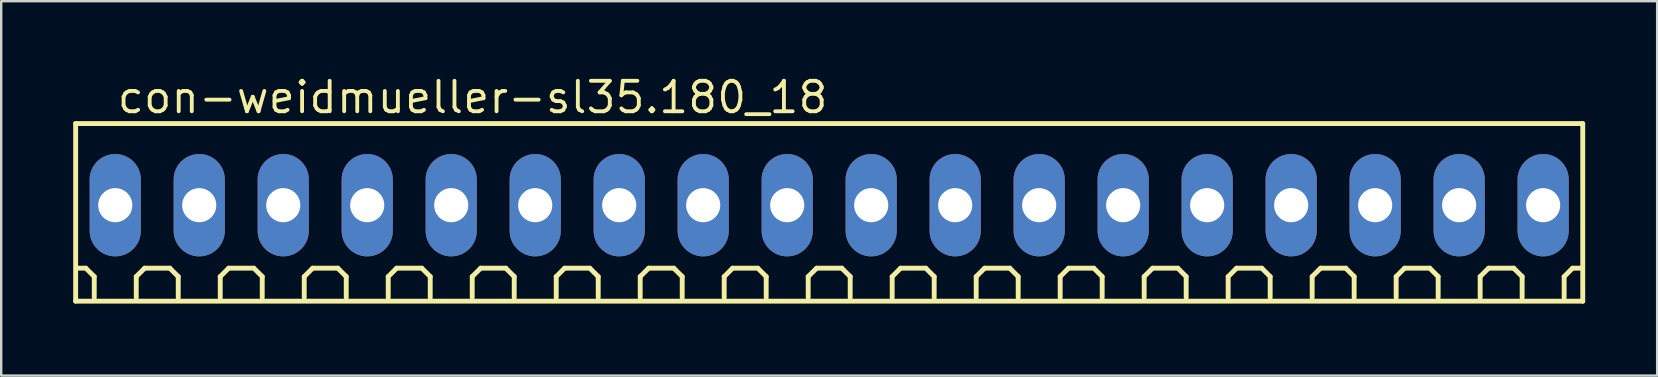
<source format=kicad_pcb>
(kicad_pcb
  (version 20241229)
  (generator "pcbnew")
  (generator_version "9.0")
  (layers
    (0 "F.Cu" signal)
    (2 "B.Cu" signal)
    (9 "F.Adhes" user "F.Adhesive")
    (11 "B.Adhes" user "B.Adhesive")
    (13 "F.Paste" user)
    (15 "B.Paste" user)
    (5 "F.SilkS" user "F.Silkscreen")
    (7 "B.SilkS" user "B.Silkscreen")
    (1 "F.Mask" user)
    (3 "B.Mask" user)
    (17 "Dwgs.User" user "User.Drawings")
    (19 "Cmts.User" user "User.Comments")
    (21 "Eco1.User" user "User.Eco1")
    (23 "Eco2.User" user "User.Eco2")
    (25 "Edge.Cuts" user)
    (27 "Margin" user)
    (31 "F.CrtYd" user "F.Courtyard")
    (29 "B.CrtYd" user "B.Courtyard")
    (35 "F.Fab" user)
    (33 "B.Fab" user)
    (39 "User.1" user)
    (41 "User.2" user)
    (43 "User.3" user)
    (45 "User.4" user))
  (footprint "con-weidmueller-sl35.180_18"
    (layer "F.Cu")
    (at 31.502 5.5)
    (property "Reference" "con-weidmueller-sl35.180_18" (at -29.75 -3.75 0) (layer "F.SilkS") (effects (font (size 1.27 1.27) (thickness 0.16)) (justify left bottom)))
    (attr through_hole)
    (fp_line (start -31.4 -3.4) (end 31.4 -3.4) (stroke (width 0.203) (type default)) (layer "F.SilkS"))
    (fp_line (start -31.4 4) (end -31.4 -3.4) (stroke (width 0.203) (type default)) (layer "F.SilkS"))
    (fp_line (start -30.975 2.625) (end -31.325 2.625) (stroke (width 0.203) (type default)) (layer "F.SilkS"))
    (fp_line (start -30.625 2.975) (end -30.975 2.625) (stroke (width 0.203) (type default)) (layer "F.SilkS"))
    (fp_line (start -30.625 3.85) (end -30.625 2.975) (stroke (width 0.203) (type default)) (layer "F.SilkS"))
    (fp_line (start -28.875 2.975) (end -28.525 2.625) (stroke (width 0.203) (type default)) (layer "F.SilkS"))
    (fp_line (start -28.875 3.85) (end -28.875 2.975) (stroke (width 0.203) (type default)) (layer "F.SilkS"))
    (fp_line (start -28.525 2.625) (end -27.475 2.625) (stroke (width 0.203) (type default)) (layer "F.SilkS"))
    (fp_line (start -27.475 2.625) (end -27.125 2.975) (stroke (width 0.203) (type default)) (layer "F.SilkS"))
    (fp_line (start -27.125 2.975) (end -27.125 3.85) (stroke (width 0.203) (type default)) (layer "F.SilkS"))
    (fp_line (start -25.375 2.975) (end -25.025 2.625) (stroke (width 0.203) (type default)) (layer "F.SilkS"))
    (fp_line (start -25.375 3.85) (end -25.375 2.975) (stroke (width 0.203) (type default)) (layer "F.SilkS"))
    (fp_line (start -25.025 2.625) (end -23.975 2.625) (stroke (width 0.203) (type default)) (layer "F.SilkS"))
    (fp_line (start -23.975 2.625) (end -23.625 2.975) (stroke (width 0.203) (type default)) (layer "F.SilkS"))
    (fp_line (start -23.625 2.975) (end -23.625 3.85) (stroke (width 0.203) (type default)) (layer "F.SilkS"))
    (fp_line (start -21.875 2.975) (end -21.525 2.625) (stroke (width 0.203) (type default)) (layer "F.SilkS"))
    (fp_line (start -21.875 3.85) (end -21.875 2.975) (stroke (width 0.203) (type default)) (layer "F.SilkS"))
    (fp_line (start -21.525 2.625) (end -20.475 2.625) (stroke (width 0.203) (type default)) (layer "F.SilkS"))
    (fp_line (start -20.475 2.625) (end -20.125 2.975) (stroke (width 0.203) (type default)) (layer "F.SilkS"))
    (fp_line (start -20.125 2.975) (end -20.125 3.85) (stroke (width 0.203) (type default)) (layer "F.SilkS"))
    (fp_line (start -18.375 2.975) (end -18.025 2.625) (stroke (width 0.203) (type default)) (layer "F.SilkS"))
    (fp_line (start -18.375 3.85) (end -18.375 2.975) (stroke (width 0.203) (type default)) (layer "F.SilkS"))
    (fp_line (start -18.025 2.625) (end -16.975 2.625) (stroke (width 0.203) (type default)) (layer "F.SilkS"))
    (fp_line (start -16.975 2.625) (end -16.625 2.975) (stroke (width 0.203) (type default)) (layer "F.SilkS"))
    (fp_line (start -16.625 2.975) (end -16.625 3.85) (stroke (width 0.203) (type default)) (layer "F.SilkS"))
    (fp_line (start -14.875 2.975) (end -14.525 2.625) (stroke (width 0.203) (type default)) (layer "F.SilkS"))
    (fp_line (start -14.875 3.85) (end -14.875 2.975) (stroke (width 0.203) (type default)) (layer "F.SilkS"))
    (fp_line (start -14.525 2.625) (end -13.475 2.625) (stroke (width 0.203) (type default)) (layer "F.SilkS"))
    (fp_line (start -13.475 2.625) (end -13.125 2.975) (stroke (width 0.203) (type default)) (layer "F.SilkS"))
    (fp_line (start -13.125 2.975) (end -13.125 3.85) (stroke (width 0.203) (type default)) (layer "F.SilkS"))
    (fp_line (start -11.375 2.975) (end -11.025 2.625) (stroke (width 0.203) (type default)) (layer "F.SilkS"))
    (fp_line (start -11.375 3.85) (end -11.375 2.975) (stroke (width 0.203) (type default)) (layer "F.SilkS"))
    (fp_line (start -11.025 2.625) (end -9.975 2.625) (stroke (width 0.203) (type default)) (layer "F.SilkS"))
    (fp_line (start -9.975 2.625) (end -9.625 2.975) (stroke (width 0.203) (type default)) (layer "F.SilkS"))
    (fp_line (start -9.625 2.975) (end -9.625 3.85) (stroke (width 0.203) (type default)) (layer "F.SilkS"))
    (fp_line (start -7.875 2.975) (end -7.525 2.625) (stroke (width 0.203) (type default)) (layer "F.SilkS"))
    (fp_line (start -7.875 3.85) (end -7.875 2.975) (stroke (width 0.203) (type default)) (layer "F.SilkS"))
    (fp_line (start -7.525 2.625) (end -6.475 2.625) (stroke (width 0.203) (type default)) (layer "F.SilkS"))
    (fp_line (start -6.475 2.625) (end -6.125 2.975) (stroke (width 0.203) (type default)) (layer "F.SilkS"))
    (fp_line (start -6.125 2.975) (end -6.125 3.85) (stroke (width 0.203) (type default)) (layer "F.SilkS"))
    (fp_line (start -4.375 2.975) (end -4.025 2.625) (stroke (width 0.203) (type default)) (layer "F.SilkS"))
    (fp_line (start -4.375 3.85) (end -4.375 2.975) (stroke (width 0.203) (type default)) (layer "F.SilkS"))
    (fp_line (start -4.025 2.625) (end -2.975 2.625) (stroke (width 0.203) (type default)) (layer "F.SilkS"))
    (fp_line (start -2.975 2.625) (end -2.625 2.975) (stroke (width 0.203) (type default)) (layer "F.SilkS"))
    (fp_line (start -2.625 2.975) (end -2.625 3.85) (stroke (width 0.203) (type default)) (layer "F.SilkS"))
    (fp_line (start -0.875 2.975) (end -0.525 2.625) (stroke (width 0.203) (type default)) (layer "F.SilkS"))
    (fp_line (start -0.875 3.85) (end -0.875 2.975) (stroke (width 0.203) (type default)) (layer "F.SilkS"))
    (fp_line (start -0.525 2.625) (end 0.525 2.625) (stroke (width 0.203) (type default)) (layer "F.SilkS"))
    (fp_line (start 0.525 2.625) (end 0.875 2.975) (stroke (width 0.203) (type default)) (layer "F.SilkS"))
    (fp_line (start 0.875 2.975) (end 0.875 3.85) (stroke (width 0.203) (type default)) (layer "F.SilkS"))
    (fp_line (start 2.625 2.975) (end 2.975 2.625) (stroke (width 0.203) (type default)) (layer "F.SilkS"))
    (fp_line (start 2.625 3.85) (end 2.625 2.975) (stroke (width 0.203) (type default)) (layer "F.SilkS"))
    (fp_line (start 2.975 2.625) (end 4.025 2.625) (stroke (width 0.203) (type default)) (layer "F.SilkS"))
    (fp_line (start 4.025 2.625) (end 4.375 2.975) (stroke (width 0.203) (type default)) (layer "F.SilkS"))
    (fp_line (start 4.375 2.975) (end 4.375 3.85) (stroke (width 0.203) (type default)) (layer "F.SilkS"))
    (fp_line (start 6.125 2.975) (end 6.475 2.625) (stroke (width 0.203) (type default)) (layer "F.SilkS"))
    (fp_line (start 6.125 3.85) (end 6.125 2.975) (stroke (width 0.203) (type default)) (layer "F.SilkS"))
    (fp_line (start 6.475 2.625) (end 7.525 2.625) (stroke (width 0.203) (type default)) (layer "F.SilkS"))
    (fp_line (start 7.525 2.625) (end 7.875 2.975) (stroke (width 0.203) (type default)) (layer "F.SilkS"))
    (fp_line (start 7.875 2.975) (end 7.875 3.85) (stroke (width 0.203) (type default)) (layer "F.SilkS"))
    (fp_line (start 9.625 2.975) (end 9.975 2.625) (stroke (width 0.203) (type default)) (layer "F.SilkS"))
    (fp_line (start 9.625 3.85) (end 9.625 2.975) (stroke (width 0.203) (type default)) (layer "F.SilkS"))
    (fp_line (start 9.975 2.625) (end 11.025 2.625) (stroke (width 0.203) (type default)) (layer "F.SilkS"))
    (fp_line (start 11.025 2.625) (end 11.375 2.975) (stroke (width 0.203) (type default)) (layer "F.SilkS"))
    (fp_line (start 11.375 2.975) (end 11.375 3.85) (stroke (width 0.203) (type default)) (layer "F.SilkS"))
    (fp_line (start 13.125 2.975) (end 13.475 2.625) (stroke (width 0.203) (type default)) (layer "F.SilkS"))
    (fp_line (start 13.125 3.85) (end 13.125 2.975) (stroke (width 0.203) (type default)) (layer "F.SilkS"))
    (fp_line (start 13.475 2.625) (end 14.525 2.625) (stroke (width 0.203) (type default)) (layer "F.SilkS"))
    (fp_line (start 14.525 2.625) (end 14.875 2.975) (stroke (width 0.203) (type default)) (layer "F.SilkS"))
    (fp_line (start 14.875 2.975) (end 14.875 3.85) (stroke (width 0.203) (type default)) (layer "F.SilkS"))
    (fp_line (start 16.625 2.975) (end 16.975 2.625) (stroke (width 0.203) (type default)) (layer "F.SilkS"))
    (fp_line (start 16.625 3.85) (end 16.625 2.975) (stroke (width 0.203) (type default)) (layer "F.SilkS"))
    (fp_line (start 16.975 2.625) (end 18.025 2.625) (stroke (width 0.203) (type default)) (layer "F.SilkS"))
    (fp_line (start 18.025 2.625) (end 18.375 2.975) (stroke (width 0.203) (type default)) (layer "F.SilkS"))
    (fp_line (start 18.375 2.975) (end 18.375 3.85) (stroke (width 0.203) (type default)) (layer "F.SilkS"))
    (fp_line (start 20.125 2.975) (end 20.475 2.625) (stroke (width 0.203) (type default)) (layer "F.SilkS"))
    (fp_line (start 20.125 3.85) (end 20.125 2.975) (stroke (width 0.203) (type default)) (layer "F.SilkS"))
    (fp_line (start 20.475 2.625) (end 21.525 2.625) (stroke (width 0.203) (type default)) (layer "F.SilkS"))
    (fp_line (start 21.525 2.625) (end 21.875 2.975) (stroke (width 0.203) (type default)) (layer "F.SilkS"))
    (fp_line (start 21.875 2.975) (end 21.875 3.85) (stroke (width 0.203) (type default)) (layer "F.SilkS"))
    (fp_line (start 23.625 2.975) (end 23.975 2.625) (stroke (width 0.203) (type default)) (layer "F.SilkS"))
    (fp_line (start 23.625 3.85) (end 23.625 2.975) (stroke (width 0.203) (type default)) (layer "F.SilkS"))
    (fp_line (start 23.975 2.625) (end 25.025 2.625) (stroke (width 0.203) (type default)) (layer "F.SilkS"))
    (fp_line (start 25.025 2.625) (end 25.375 2.975) (stroke (width 0.203) (type default)) (layer "F.SilkS"))
    (fp_line (start 25.375 2.975) (end 25.375 3.85) (stroke (width 0.203) (type default)) (layer "F.SilkS"))
    (fp_line (start 27.125 2.975) (end 27.475 2.625) (stroke (width 0.203) (type default)) (layer "F.SilkS"))
    (fp_line (start 27.125 3.85) (end 27.125 2.975) (stroke (width 0.203) (type default)) (layer "F.SilkS"))
    (fp_line (start 27.475 2.625) (end 28.525 2.625) (stroke (width 0.203) (type default)) (layer "F.SilkS"))
    (fp_line (start 28.525 2.625) (end 28.875 2.975) (stroke (width 0.203) (type default)) (layer "F.SilkS"))
    (fp_line (start 28.875 2.975) (end 28.875 3.85) (stroke (width 0.203) (type default)) (layer "F.SilkS"))
    (fp_line (start 30.625 2.975) (end 30.975 2.625) (stroke (width 0.203) (type default)) (layer "F.SilkS"))
    (fp_line (start 30.625 3.85) (end 30.625 2.975) (stroke (width 0.203) (type default)) (layer "F.SilkS"))
    (fp_line (start 30.975 2.625) (end 31.325 2.625) (stroke (width 0.203) (type default)) (layer "F.SilkS"))
    (fp_line (start 31.4 -3.4) (end 31.4 4) (stroke (width 0.203) (type default)) (layer "F.SilkS"))
    (fp_line (start 31.4 4) (end -31.4 4) (stroke (width 0.203) (type default)) (layer "F.SilkS"))
    (pad "1" thru_hole oval (at -29.75 0 90) (size 4.267 2.134) (drill 1.422) (layers "*.Cu" "*.Mask"))
    (pad "2" thru_hole oval (at -26.25 0 90) (size 4.267 2.134) (drill 1.422) (layers "*.Cu" "*.Mask"))
    (pad "3" thru_hole oval (at -22.75 0 90) (size 4.267 2.134) (drill 1.422) (layers "*.Cu" "*.Mask"))
    (pad "4" thru_hole oval (at -19.25 0 90) (size 4.267 2.134) (drill 1.422) (layers "*.Cu" "*.Mask"))
    (pad "5" thru_hole oval (at -15.75 0 90) (size 4.267 2.134) (drill 1.422) (layers "*.Cu" "*.Mask"))
    (pad "6" thru_hole oval (at -12.25 0 90) (size 4.267 2.134) (drill 1.422) (layers "*.Cu" "*.Mask"))
    (pad "7" thru_hole oval (at -8.75 0 90) (size 4.267 2.134) (drill 1.422) (layers "*.Cu" "*.Mask"))
    (pad "8" thru_hole oval (at -5.25 0 90) (size 4.267 2.134) (drill 1.422) (layers "*.Cu" "*.Mask"))
    (pad "9" thru_hole oval (at -1.75 0 90) (size 4.267 2.134) (drill 1.422) (layers "*.Cu" "*.Mask"))
    (pad "10" thru_hole oval (at 1.75 0 90) (size 4.267 2.134) (drill 1.422) (layers "*.Cu" "*.Mask"))
    (pad "11" thru_hole oval (at 5.25 0 90) (size 4.267 2.134) (drill 1.422) (layers "*.Cu" "*.Mask"))
    (pad "12" thru_hole oval (at 8.75 0 90) (size 4.267 2.134) (drill 1.422) (layers "*.Cu" "*.Mask"))
    (pad "13" thru_hole oval (at 12.25 0 90) (size 4.267 2.134) (drill 1.422) (layers "*.Cu" "*.Mask"))
    (pad "14" thru_hole oval (at 15.75 0 90) (size 4.267 2.134) (drill 1.422) (layers "*.Cu" "*.Mask"))
    (pad "15" thru_hole oval (at 19.25 0 90) (size 4.267 2.134) (drill 1.422) (layers "*.Cu" "*.Mask"))
    (pad "16" thru_hole oval (at 22.75 0 90) (size 4.267 2.134) (drill 1.422) (layers "*.Cu" "*.Mask"))
    (pad "17" thru_hole oval (at 26.25 0 90) (size 4.267 2.134) (drill 1.422) (layers "*.Cu" "*.Mask"))
    (pad "18" thru_hole oval (at 29.75 0 90) (size 4.267 2.134) (drill 1.422) (layers "*.Cu" "*.Mask")))
  (gr_rect
    (start -3 -3)
    (end 66.003 12.602)
    (stroke (width 0.1) (type default))
    (fill no)
    (layer "Edge.Cuts")))
</source>
